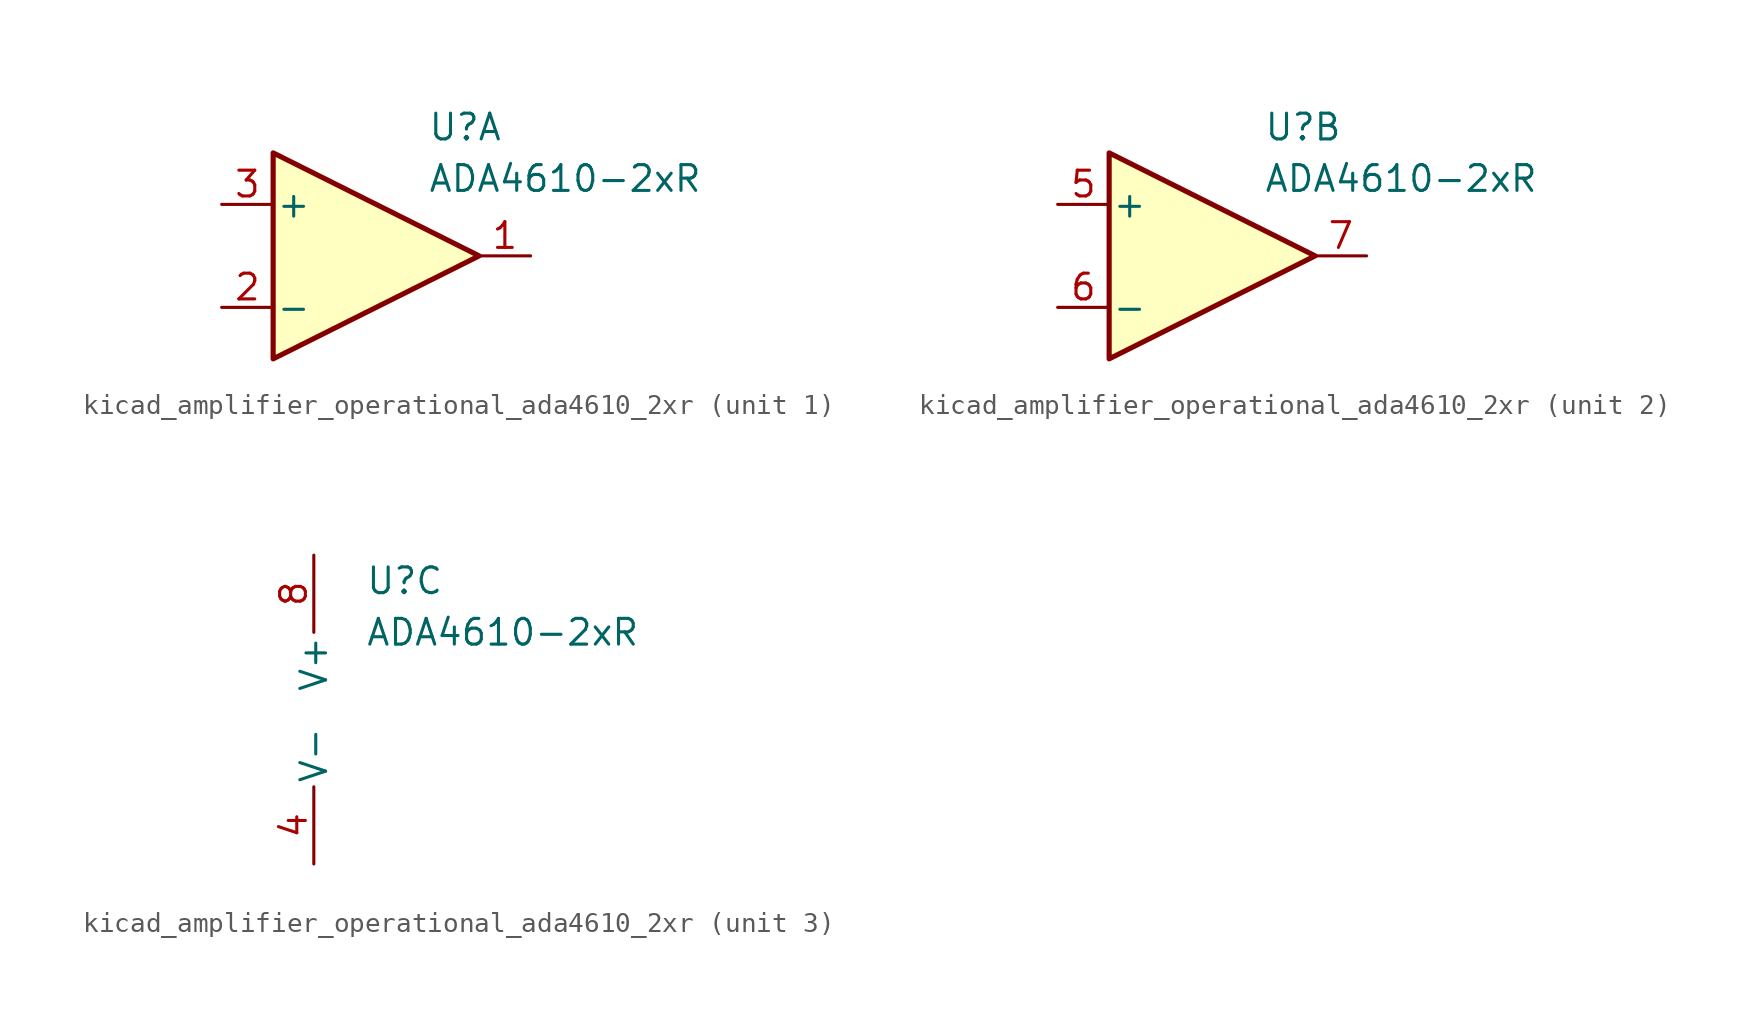
<source format=kicad_sym>
(kicad_symbol_lib
  (version 20220914)
  (generator kicad_symbol_editor)
  (symbol "kicad_amplifier_operational_ada4610_2xr"
    (pin_names
      (offset 0.127))
    (property "Reference" "U"
      (at 2.54 6.35 0)
      (effects (font (size 1.27 1.27)) (justify left)))
    (property "Value" "ADA4610-2xR"
      (at 2.54 3.81 0)
      (effects (font (size 1.27 1.27)) (justify left)))
    (property "ki_locked" ""
      (at 0 0 0)
      (effects (font (size 1.27 1.27))))
    (symbol "kicad_amplifier_operational_ada4610_2xr_1_1"
      (polyline (pts (xy 5.08 0) (xy -5.08 5.08) (xy -5.08 -5.08) (xy 5.08 0)) (stroke (width 0.254) (type default)) (fill (type background)))
      (pin output line (at 7.62 0 180) (length 2.54) (name "~" (effects (font (size 1.27 1.27)))) (number "1" (effects (font (size 1.27 1.27)))))
      (pin input line (at -7.62 -2.54 0) (length 2.54) (name "-" (effects (font (size 1.27 1.27)))) (number "2" (effects (font (size 1.27 1.27)))))
      (pin input line (at -7.62 2.54 0) (length 2.54) (name "+" (effects (font (size 1.27 1.27)))) (number "3" (effects (font (size 1.27 1.27))))))
    (symbol "kicad_amplifier_operational_ada4610_2xr_2_1"
      (polyline (pts (xy 5.08 0) (xy -5.08 5.08) (xy -5.08 -5.08) (xy 5.08 0)) (stroke (width 0.254) (type default)) (fill (type background)))
      (pin input line (at -7.62 2.54 0) (length 2.54) (name "+" (effects (font (size 1.27 1.27)))) (number "5" (effects (font (size 1.27 1.27)))))
      (pin input line (at -7.62 -2.54 0) (length 2.54) (name "-" (effects (font (size 1.27 1.27)))) (number "6" (effects (font (size 1.27 1.27)))))
      (pin output line (at 7.62 0 180) (length 2.54) (name "~" (effects (font (size 1.27 1.27)))) (number "7" (effects (font (size 1.27 1.27))))))
    (symbol "kicad_amplifier_operational_ada4610_2xr_3_1"
      (pin power_in line (at 0 -7.62 90) (length 3.81) (name "V-" (effects (font (size 1.27 1.27)))) (number "4" (effects (font (size 1.27 1.27)))))
      (pin power_in line (at 0 7.62 270) (length 3.81) (name "V+" (effects (font (size 1.27 1.27)))) (number "8" (effects (font (size 1.27 1.27))))))))
</source>
